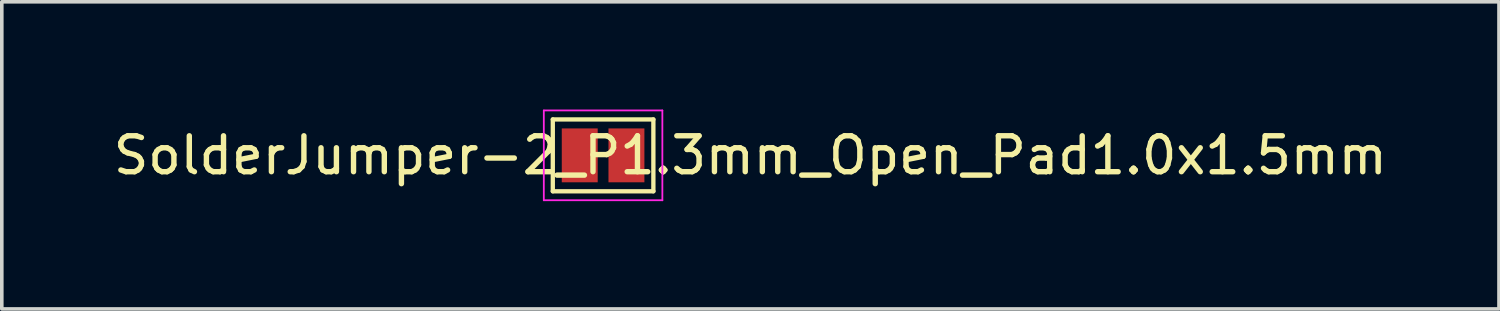
<source format=kicad_pcb>
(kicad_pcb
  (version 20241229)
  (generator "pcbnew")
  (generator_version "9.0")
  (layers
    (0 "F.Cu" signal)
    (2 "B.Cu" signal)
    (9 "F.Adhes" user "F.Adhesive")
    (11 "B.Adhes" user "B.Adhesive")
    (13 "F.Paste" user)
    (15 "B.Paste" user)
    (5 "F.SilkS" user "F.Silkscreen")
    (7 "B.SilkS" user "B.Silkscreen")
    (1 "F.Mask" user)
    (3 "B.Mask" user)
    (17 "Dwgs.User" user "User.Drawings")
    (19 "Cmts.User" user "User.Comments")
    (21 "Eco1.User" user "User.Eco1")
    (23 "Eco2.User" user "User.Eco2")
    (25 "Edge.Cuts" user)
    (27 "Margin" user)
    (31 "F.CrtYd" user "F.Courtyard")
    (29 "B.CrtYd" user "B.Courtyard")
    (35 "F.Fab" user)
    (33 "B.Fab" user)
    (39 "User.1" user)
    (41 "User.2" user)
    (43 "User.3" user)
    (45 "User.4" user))
  (footprint "SolderJumper-2_P1.3mm_Open_Pad1.0x1.5mm"
    (layer "F.Cu")
    (at 13.739 1.275)
    (property "Reference" "SolderJumper-2_P1.3mm_Open_Pad1.0x1.5mm" (at 4.1 0 0) (layer "F.SilkS") (effects (font (size 1 1) (thickness 0.15))))
    (attr exclude_from_pos_files exclude_from_bom)
    (fp_line (start -1.4 -1) (end 1.4 -1) (stroke (width 0.12) (type solid)) (layer "F.SilkS"))
    (fp_line (start -1.4 1) (end -1.4 -1) (stroke (width 0.12) (type solid)) (layer "F.SilkS"))
    (fp_line (start 1.4 -1) (end 1.4 1) (stroke (width 0.12) (type solid)) (layer "F.SilkS"))
    (fp_line (start 1.4 1) (end -1.4 1) (stroke (width 0.12) (type solid)) (layer "F.SilkS"))
    (fp_line (start -1.65 -1.25) (end -1.65 1.25) (stroke (width 0.05) (type solid)) (layer "F.CrtYd"))
    (fp_line (start -1.65 -1.25) (end 1.65 -1.25) (stroke (width 0.05) (type solid)) (layer "F.CrtYd"))
    (fp_line (start 1.65 1.25) (end -1.65 1.25) (stroke (width 0.05) (type solid)) (layer "F.CrtYd"))
    (fp_line (start 1.65 1.25) (end 1.65 -1.25) (stroke (width 0.05) (type solid)) (layer "F.CrtYd"))
    (pad "1" smd rect (at -0.65 0) (size 1 1.5) (layers "F.Cu" "F.Mask"))
    (pad "2" smd rect (at 0.65 0) (size 1 1.5) (layers "F.Cu" "F.Mask")))
  (gr_rect
    (start -3 -3)
    (end 38.679 5.55)
    (stroke (width 0.1) (type default))
    (fill no)
    (layer "Edge.Cuts")))
</source>
